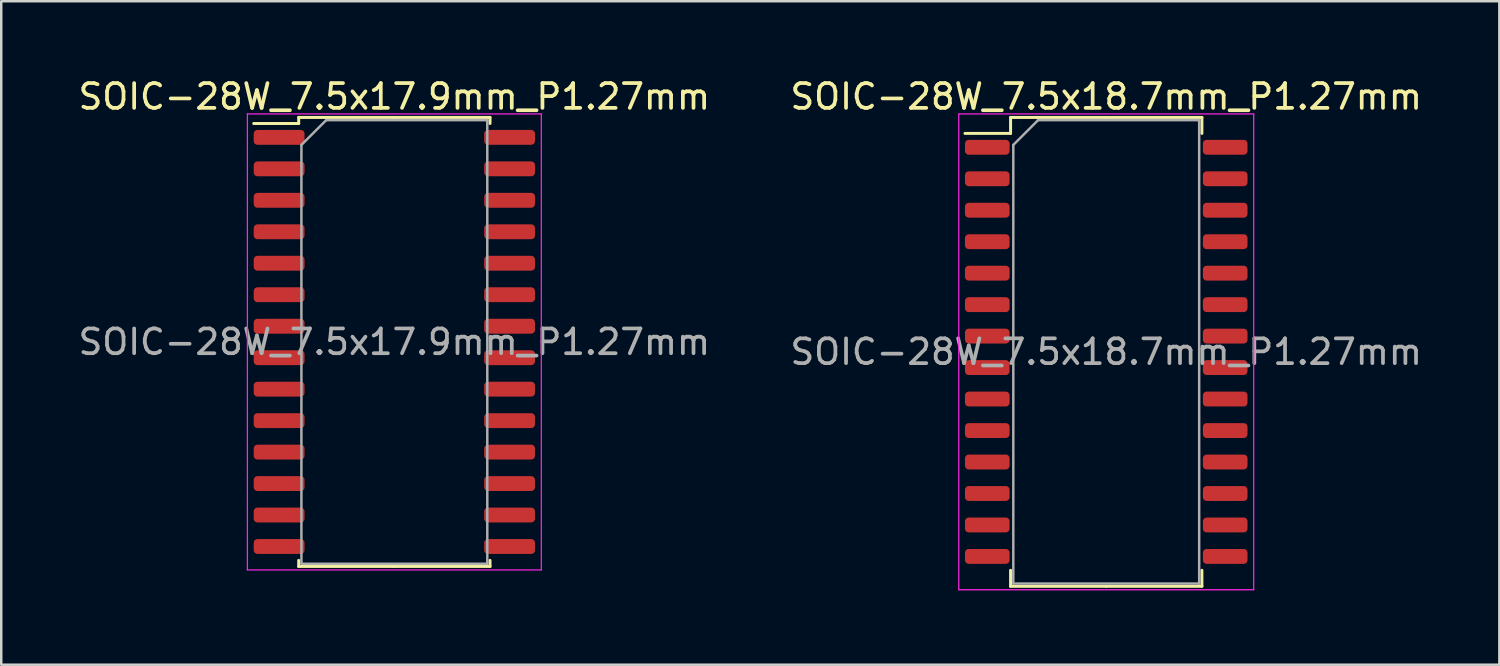
<source format=kicad_pcb>
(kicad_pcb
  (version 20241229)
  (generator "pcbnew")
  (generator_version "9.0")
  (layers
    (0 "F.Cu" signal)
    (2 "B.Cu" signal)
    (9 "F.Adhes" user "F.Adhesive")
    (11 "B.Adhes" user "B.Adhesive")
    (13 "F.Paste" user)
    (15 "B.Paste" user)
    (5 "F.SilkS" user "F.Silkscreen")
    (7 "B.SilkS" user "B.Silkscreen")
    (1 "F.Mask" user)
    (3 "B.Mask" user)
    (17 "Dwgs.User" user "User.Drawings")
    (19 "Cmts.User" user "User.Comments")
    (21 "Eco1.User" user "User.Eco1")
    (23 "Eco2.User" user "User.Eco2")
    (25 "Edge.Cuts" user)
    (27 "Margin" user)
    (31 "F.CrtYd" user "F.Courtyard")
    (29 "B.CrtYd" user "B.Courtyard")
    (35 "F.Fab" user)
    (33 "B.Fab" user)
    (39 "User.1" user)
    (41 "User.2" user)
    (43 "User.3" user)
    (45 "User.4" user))
  (footprint "SOIC-28W_7.5x17.9mm_P1.27mm"
    (layer "F.Cu")
    (at 12.863 10.748)
    (property "Reference" "SOIC-28W_7.5x17.9mm_P1.27mm" (at 0 -9.9 0) (layer "F.SilkS") (effects (font (size 1 1) (thickness 0.15))))
    (attr smd)
    (fp_line (start -3.86 -9.06) (end -3.86 -8.815) (stroke (width 0.12) (type solid)) (layer "F.SilkS"))
    (fp_line (start -3.86 -8.815) (end -5.675 -8.815) (stroke (width 0.12) (type solid)) (layer "F.SilkS"))
    (fp_line (start -3.86 9.06) (end -3.86 8.815) (stroke (width 0.12) (type solid)) (layer "F.SilkS"))
    (fp_line (start 0 -9.06) (end -3.86 -9.06) (stroke (width 0.12) (type solid)) (layer "F.SilkS"))
    (fp_line (start 0 -9.06) (end 3.86 -9.06) (stroke (width 0.12) (type solid)) (layer "F.SilkS"))
    (fp_line (start 0 9.06) (end -3.86 9.06) (stroke (width 0.12) (type solid)) (layer "F.SilkS"))
    (fp_line (start 0 9.06) (end 3.86 9.06) (stroke (width 0.12) (type solid)) (layer "F.SilkS"))
    (fp_line (start 3.86 -9.06) (end 3.86 -8.815) (stroke (width 0.12) (type solid)) (layer "F.SilkS"))
    (fp_line (start 3.86 9.06) (end 3.86 8.815) (stroke (width 0.12) (type solid)) (layer "F.SilkS"))
    (fp_line (start -5.93 -9.2) (end -5.93 9.2) (stroke (width 0.05) (type solid)) (layer "F.CrtYd"))
    (fp_line (start -5.93 9.2) (end 5.93 9.2) (stroke (width 0.05) (type solid)) (layer "F.CrtYd"))
    (fp_line (start 5.93 -9.2) (end -5.93 -9.2) (stroke (width 0.05) (type solid)) (layer "F.CrtYd"))
    (fp_line (start 5.93 9.2) (end 5.93 -9.2) (stroke (width 0.05) (type solid)) (layer "F.CrtYd"))
    (fp_line (start -3.75 -7.95) (end -2.75 -8.95) (stroke (width 0.1) (type solid)) (layer "F.Fab"))
    (fp_line (start -3.75 8.95) (end -3.75 -7.95) (stroke (width 0.1) (type solid)) (layer "F.Fab"))
    (fp_line (start -2.75 -8.95) (end 3.75 -8.95) (stroke (width 0.1) (type solid)) (layer "F.Fab"))
    (fp_line (start 3.75 -8.95) (end 3.75 8.95) (stroke (width 0.1) (type solid)) (layer "F.Fab"))
    (fp_line (start 3.75 8.95) (end -3.75 8.95) (stroke (width 0.1) (type solid)) (layer "F.Fab"))
    (fp_text user "${REFERENCE}" (at 0 0 0) (layer "F.Fab") (effects (font (size 1 1) (thickness 0.15))))
    (pad "1" smd roundrect (at -4.65 -8.255) (size 2.05 0.6) (layers "F.Cu" "F.Mask" "F.Paste") (roundrect_rratio 0.25))
    (pad "2" smd roundrect (at -4.65 -6.985) (size 2.05 0.6) (layers "F.Cu" "F.Mask" "F.Paste") (roundrect_rratio 0.25))
    (pad "3" smd roundrect (at -4.65 -5.715) (size 2.05 0.6) (layers "F.Cu" "F.Mask" "F.Paste") (roundrect_rratio 0.25))
    (pad "4" smd roundrect (at -4.65 -4.445) (size 2.05 0.6) (layers "F.Cu" "F.Mask" "F.Paste") (roundrect_rratio 0.25))
    (pad "5" smd roundrect (at -4.65 -3.175) (size 2.05 0.6) (layers "F.Cu" "F.Mask" "F.Paste") (roundrect_rratio 0.25))
    (pad "6" smd roundrect (at -4.65 -1.905) (size 2.05 0.6) (layers "F.Cu" "F.Mask" "F.Paste") (roundrect_rratio 0.25))
    (pad "7" smd roundrect (at -4.65 -0.635) (size 2.05 0.6) (layers "F.Cu" "F.Mask" "F.Paste") (roundrect_rratio 0.25))
    (pad "8" smd roundrect (at -4.65 0.635) (size 2.05 0.6) (layers "F.Cu" "F.Mask" "F.Paste") (roundrect_rratio 0.25))
    (pad "9" smd roundrect (at -4.65 1.905) (size 2.05 0.6) (layers "F.Cu" "F.Mask" "F.Paste") (roundrect_rratio 0.25))
    (pad "10" smd roundrect (at -4.65 3.175) (size 2.05 0.6) (layers "F.Cu" "F.Mask" "F.Paste") (roundrect_rratio 0.25))
    (pad "11" smd roundrect (at -4.65 4.445) (size 2.05 0.6) (layers "F.Cu" "F.Mask" "F.Paste") (roundrect_rratio 0.25))
    (pad "12" smd roundrect (at -4.65 5.715) (size 2.05 0.6) (layers "F.Cu" "F.Mask" "F.Paste") (roundrect_rratio 0.25))
    (pad "13" smd roundrect (at -4.65 6.985) (size 2.05 0.6) (layers "F.Cu" "F.Mask" "F.Paste") (roundrect_rratio 0.25))
    (pad "14" smd roundrect (at -4.65 8.255) (size 2.05 0.6) (layers "F.Cu" "F.Mask" "F.Paste") (roundrect_rratio 0.25))
    (pad "15" smd roundrect (at 4.65 8.255) (size 2.05 0.6) (layers "F.Cu" "F.Mask" "F.Paste") (roundrect_rratio 0.25))
    (pad "16" smd roundrect (at 4.65 6.985) (size 2.05 0.6) (layers "F.Cu" "F.Mask" "F.Paste") (roundrect_rratio 0.25))
    (pad "17" smd roundrect (at 4.65 5.715) (size 2.05 0.6) (layers "F.Cu" "F.Mask" "F.Paste") (roundrect_rratio 0.25))
    (pad "18" smd roundrect (at 4.65 4.445) (size 2.05 0.6) (layers "F.Cu" "F.Mask" "F.Paste") (roundrect_rratio 0.25))
    (pad "19" smd roundrect (at 4.65 3.175) (size 2.05 0.6) (layers "F.Cu" "F.Mask" "F.Paste") (roundrect_rratio 0.25))
    (pad "20" smd roundrect (at 4.65 1.905) (size 2.05 0.6) (layers "F.Cu" "F.Mask" "F.Paste") (roundrect_rratio 0.25))
    (pad "21" smd roundrect (at 4.65 0.635) (size 2.05 0.6) (layers "F.Cu" "F.Mask" "F.Paste") (roundrect_rratio 0.25))
    (pad "22" smd roundrect (at 4.65 -0.635) (size 2.05 0.6) (layers "F.Cu" "F.Mask" "F.Paste") (roundrect_rratio 0.25))
    (pad "23" smd roundrect (at 4.65 -1.905) (size 2.05 0.6) (layers "F.Cu" "F.Mask" "F.Paste") (roundrect_rratio 0.25))
    (pad "24" smd roundrect (at 4.65 -3.175) (size 2.05 0.6) (layers "F.Cu" "F.Mask" "F.Paste") (roundrect_rratio 0.25))
    (pad "25" smd roundrect (at 4.65 -4.445) (size 2.05 0.6) (layers "F.Cu" "F.Mask" "F.Paste") (roundrect_rratio 0.25))
    (pad "26" smd roundrect (at 4.65 -5.715) (size 2.05 0.6) (layers "F.Cu" "F.Mask" "F.Paste") (roundrect_rratio 0.25))
    (pad "27" smd roundrect (at 4.65 -6.985) (size 2.05 0.6) (layers "F.Cu" "F.Mask" "F.Paste") (roundrect_rratio 0.25))
    (pad "28" smd roundrect (at 4.65 -8.255) (size 2.05 0.6) (layers "F.Cu" "F.Mask" "F.Paste") (roundrect_rratio 0.25)))
  (footprint "SOIC-28W_7.5x18.7mm_P1.27mm"
    (layer "F.Cu")
    (at 41.589 11.148)
    (property "Reference" "SOIC-28W_7.5x18.7mm_P1.27mm" (at 0 -10.3 0) (layer "F.SilkS") (effects (font (size 1 1) (thickness 0.15))))
    (attr smd)
    (fp_line (start -3.86 -9.46) (end -3.86 -8.815) (stroke (width 0.12) (type solid)) (layer "F.SilkS"))
    (fp_line (start -3.86 -8.815) (end -5.7 -8.815) (stroke (width 0.12) (type solid)) (layer "F.SilkS"))
    (fp_line (start -3.86 9.46) (end -3.86 8.815) (stroke (width 0.12) (type solid)) (layer "F.SilkS"))
    (fp_line (start 0 -9.46) (end -3.86 -9.46) (stroke (width 0.12) (type solid)) (layer "F.SilkS"))
    (fp_line (start 0 -9.46) (end 3.86 -9.46) (stroke (width 0.12) (type solid)) (layer "F.SilkS"))
    (fp_line (start 0 9.46) (end -3.86 9.46) (stroke (width 0.12) (type solid)) (layer "F.SilkS"))
    (fp_line (start 0 9.46) (end 3.86 9.46) (stroke (width 0.12) (type solid)) (layer "F.SilkS"))
    (fp_line (start 3.86 -9.46) (end 3.86 -8.815) (stroke (width 0.12) (type solid)) (layer "F.SilkS"))
    (fp_line (start 3.86 9.46) (end 3.86 8.815) (stroke (width 0.12) (type solid)) (layer "F.SilkS"))
    (fp_line (start -5.95 -9.6) (end -5.95 9.6) (stroke (width 0.05) (type solid)) (layer "F.CrtYd"))
    (fp_line (start -5.95 9.6) (end 5.95 9.6) (stroke (width 0.05) (type solid)) (layer "F.CrtYd"))
    (fp_line (start 5.95 -9.6) (end -5.95 -9.6) (stroke (width 0.05) (type solid)) (layer "F.CrtYd"))
    (fp_line (start 5.95 9.6) (end 5.95 -9.6) (stroke (width 0.05) (type solid)) (layer "F.CrtYd"))
    (fp_line (start -3.75 -8.35) (end -2.75 -9.35) (stroke (width 0.1) (type solid)) (layer "F.Fab"))
    (fp_line (start -3.75 9.35) (end -3.75 -8.35) (stroke (width 0.1) (type solid)) (layer "F.Fab"))
    (fp_line (start -2.75 -9.35) (end 3.75 -9.35) (stroke (width 0.1) (type solid)) (layer "F.Fab"))
    (fp_line (start 3.75 -9.35) (end 3.75 9.35) (stroke (width 0.1) (type solid)) (layer "F.Fab"))
    (fp_line (start 3.75 9.35) (end -3.75 9.35) (stroke (width 0.1) (type solid)) (layer "F.Fab"))
    (fp_text user "${REFERENCE}" (at 0 0 0) (layer "F.Fab") (effects (font (size 1 1) (thickness 0.15))))
    (pad "1" smd roundrect (at -4.8 -8.255) (size 1.8 0.6) (layers "F.Cu" "F.Mask" "F.Paste") (roundrect_rratio 0.25))
    (pad "2" smd roundrect (at -4.8 -6.985) (size 1.8 0.6) (layers "F.Cu" "F.Mask" "F.Paste") (roundrect_rratio 0.25))
    (pad "3" smd roundrect (at -4.8 -5.715) (size 1.8 0.6) (layers "F.Cu" "F.Mask" "F.Paste") (roundrect_rratio 0.25))
    (pad "4" smd roundrect (at -4.8 -4.445) (size 1.8 0.6) (layers "F.Cu" "F.Mask" "F.Paste") (roundrect_rratio 0.25))
    (pad "5" smd roundrect (at -4.8 -3.175) (size 1.8 0.6) (layers "F.Cu" "F.Mask" "F.Paste") (roundrect_rratio 0.25))
    (pad "6" smd roundrect (at -4.8 -1.905) (size 1.8 0.6) (layers "F.Cu" "F.Mask" "F.Paste") (roundrect_rratio 0.25))
    (pad "7" smd roundrect (at -4.8 -0.635) (size 1.8 0.6) (layers "F.Cu" "F.Mask" "F.Paste") (roundrect_rratio 0.25))
    (pad "8" smd roundrect (at -4.8 0.635) (size 1.8 0.6) (layers "F.Cu" "F.Mask" "F.Paste") (roundrect_rratio 0.25))
    (pad "9" smd roundrect (at -4.8 1.905) (size 1.8 0.6) (layers "F.Cu" "F.Mask" "F.Paste") (roundrect_rratio 0.25))
    (pad "10" smd roundrect (at -4.8 3.175) (size 1.8 0.6) (layers "F.Cu" "F.Mask" "F.Paste") (roundrect_rratio 0.25))
    (pad "11" smd roundrect (at -4.8 4.445) (size 1.8 0.6) (layers "F.Cu" "F.Mask" "F.Paste") (roundrect_rratio 0.25))
    (pad "12" smd roundrect (at -4.8 5.715) (size 1.8 0.6) (layers "F.Cu" "F.Mask" "F.Paste") (roundrect_rratio 0.25))
    (pad "13" smd roundrect (at -4.8 6.985) (size 1.8 0.6) (layers "F.Cu" "F.Mask" "F.Paste") (roundrect_rratio 0.25))
    (pad "14" smd roundrect (at -4.8 8.255) (size 1.8 0.6) (layers "F.Cu" "F.Mask" "F.Paste") (roundrect_rratio 0.25))
    (pad "15" smd roundrect (at 4.8 8.255) (size 1.8 0.6) (layers "F.Cu" "F.Mask" "F.Paste") (roundrect_rratio 0.25))
    (pad "16" smd roundrect (at 4.8 6.985) (size 1.8 0.6) (layers "F.Cu" "F.Mask" "F.Paste") (roundrect_rratio 0.25))
    (pad "17" smd roundrect (at 4.8 5.715) (size 1.8 0.6) (layers "F.Cu" "F.Mask" "F.Paste") (roundrect_rratio 0.25))
    (pad "18" smd roundrect (at 4.8 4.445) (size 1.8 0.6) (layers "F.Cu" "F.Mask" "F.Paste") (roundrect_rratio 0.25))
    (pad "19" smd roundrect (at 4.8 3.175) (size 1.8 0.6) (layers "F.Cu" "F.Mask" "F.Paste") (roundrect_rratio 0.25))
    (pad "20" smd roundrect (at 4.8 1.905) (size 1.8 0.6) (layers "F.Cu" "F.Mask" "F.Paste") (roundrect_rratio 0.25))
    (pad "21" smd roundrect (at 4.8 0.635) (size 1.8 0.6) (layers "F.Cu" "F.Mask" "F.Paste") (roundrect_rratio 0.25))
    (pad "22" smd roundrect (at 4.8 -0.635) (size 1.8 0.6) (layers "F.Cu" "F.Mask" "F.Paste") (roundrect_rratio 0.25))
    (pad "23" smd roundrect (at 4.8 -1.905) (size 1.8 0.6) (layers "F.Cu" "F.Mask" "F.Paste") (roundrect_rratio 0.25))
    (pad "24" smd roundrect (at 4.8 -3.175) (size 1.8 0.6) (layers "F.Cu" "F.Mask" "F.Paste") (roundrect_rratio 0.25))
    (pad "25" smd roundrect (at 4.8 -4.445) (size 1.8 0.6) (layers "F.Cu" "F.Mask" "F.Paste") (roundrect_rratio 0.25))
    (pad "26" smd roundrect (at 4.8 -5.715) (size 1.8 0.6) (layers "F.Cu" "F.Mask" "F.Paste") (roundrect_rratio 0.25))
    (pad "27" smd roundrect (at 4.8 -6.985) (size 1.8 0.6) (layers "F.Cu" "F.Mask" "F.Paste") (roundrect_rratio 0.25))
    (pad "28" smd roundrect (at 4.8 -8.255) (size 1.8 0.6) (layers "F.Cu" "F.Mask" "F.Paste") (roundrect_rratio 0.25)))
  (gr_rect
    (start -3 -3)
    (end 57.452 23.773)
    (stroke (width 0.1) (type default))
    (fill no)
    (layer "Edge.Cuts")))
</source>
